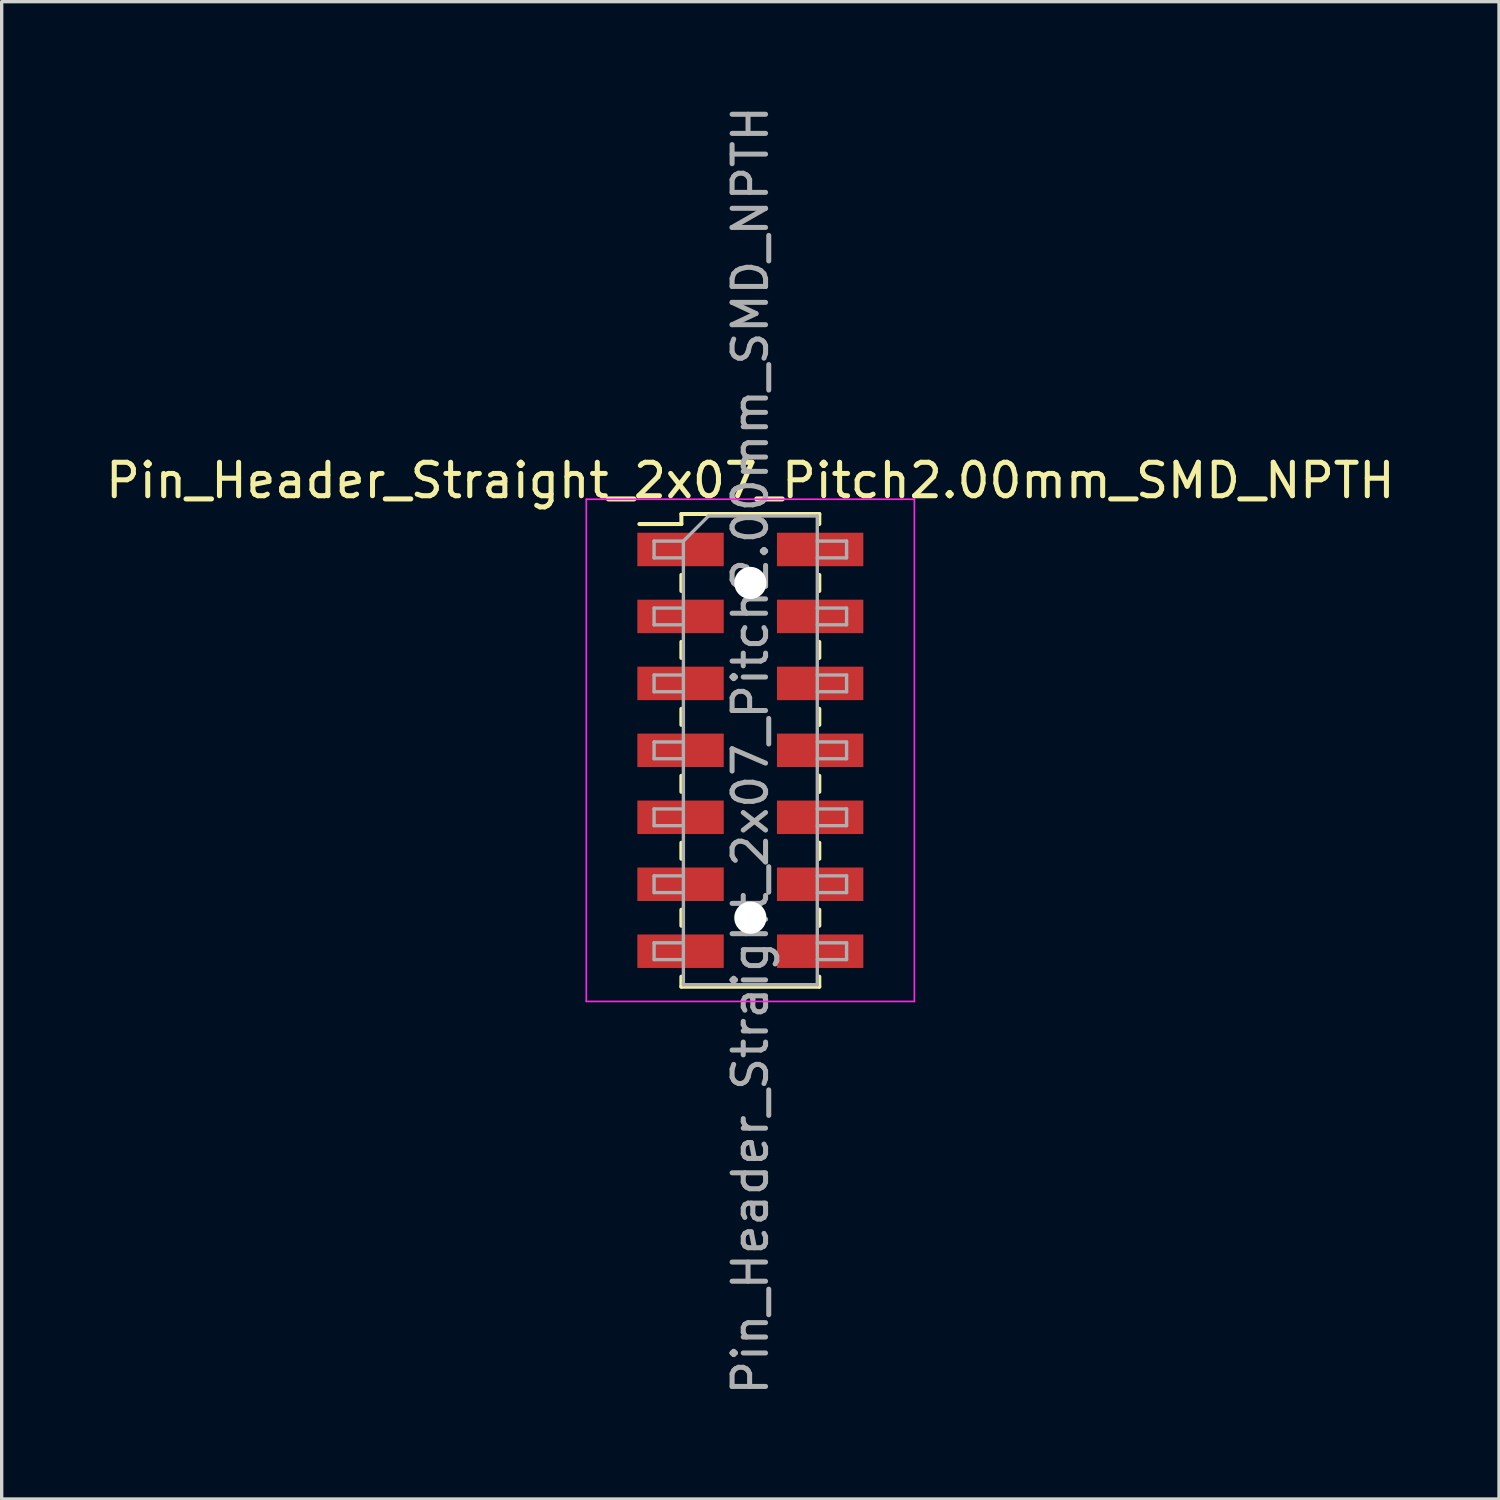
<source format=kicad_pcb>
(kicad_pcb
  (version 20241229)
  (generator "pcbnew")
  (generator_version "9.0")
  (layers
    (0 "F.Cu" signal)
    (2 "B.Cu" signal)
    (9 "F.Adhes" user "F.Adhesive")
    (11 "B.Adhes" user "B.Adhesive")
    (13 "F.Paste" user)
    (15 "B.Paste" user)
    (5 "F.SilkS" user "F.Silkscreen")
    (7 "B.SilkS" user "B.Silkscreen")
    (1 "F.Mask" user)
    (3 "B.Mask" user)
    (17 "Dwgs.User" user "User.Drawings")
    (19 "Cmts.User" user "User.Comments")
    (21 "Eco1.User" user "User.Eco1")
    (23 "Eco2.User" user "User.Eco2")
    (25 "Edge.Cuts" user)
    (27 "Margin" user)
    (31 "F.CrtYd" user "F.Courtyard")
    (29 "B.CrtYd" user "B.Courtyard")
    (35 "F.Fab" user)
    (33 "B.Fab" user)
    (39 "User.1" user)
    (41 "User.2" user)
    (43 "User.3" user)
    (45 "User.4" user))
  (footprint "Pin_Header_Straight_2x07_Pitch2.00mm_SMD_NPTH"
    (layer "F.Cu")
    (at 19.363 19.363)
    (property "Reference" "Pin_Header_Straight_2x07_Pitch2.00mm_SMD_NPTH" (at 0 -8.06 0) (layer "F.SilkS") (effects (font (size 1 1) (thickness 0.15))))
    (attr smd)
    (fp_line (start -3.315 -6.76) (end -2.06 -6.76) (stroke (width 0.12) (type solid)) (layer "F.SilkS"))
    (fp_line (start -2.06 -7.06) (end -2.06 -6.76) (stroke (width 0.12) (type solid)) (layer "F.SilkS"))
    (fp_line (start -2.06 -7.06) (end 2.06 -7.06) (stroke (width 0.12) (type solid)) (layer "F.SilkS"))
    (fp_line (start -2.06 -5.24) (end -2.06 -4.76) (stroke (width 0.12) (type solid)) (layer "F.SilkS"))
    (fp_line (start -2.06 -3.24) (end -2.06 -2.76) (stroke (width 0.12) (type solid)) (layer "F.SilkS"))
    (fp_line (start -2.06 -1.24) (end -2.06 -0.76) (stroke (width 0.12) (type solid)) (layer "F.SilkS"))
    (fp_line (start -2.06 0.76) (end -2.06 1.24) (stroke (width 0.12) (type solid)) (layer "F.SilkS"))
    (fp_line (start -2.06 2.76) (end -2.06 3.24) (stroke (width 0.12) (type solid)) (layer "F.SilkS"))
    (fp_line (start -2.06 4.76) (end -2.06 5.24) (stroke (width 0.12) (type solid)) (layer "F.SilkS"))
    (fp_line (start -2.06 6.76) (end -2.06 7.06) (stroke (width 0.12) (type solid)) (layer "F.SilkS"))
    (fp_line (start -2.06 7.06) (end 2.06 7.06) (stroke (width 0.12) (type solid)) (layer "F.SilkS"))
    (fp_line (start 2.06 -7.06) (end 2.06 -6.76) (stroke (width 0.12) (type solid)) (layer "F.SilkS"))
    (fp_line (start 2.06 -5.24) (end 2.06 -4.76) (stroke (width 0.12) (type solid)) (layer "F.SilkS"))
    (fp_line (start 2.06 -3.24) (end 2.06 -2.76) (stroke (width 0.12) (type solid)) (layer "F.SilkS"))
    (fp_line (start 2.06 -1.24) (end 2.06 -0.76) (stroke (width 0.12) (type solid)) (layer "F.SilkS"))
    (fp_line (start 2.06 0.76) (end 2.06 1.24) (stroke (width 0.12) (type solid)) (layer "F.SilkS"))
    (fp_line (start 2.06 2.76) (end 2.06 3.24) (stroke (width 0.12) (type solid)) (layer "F.SilkS"))
    (fp_line (start 2.06 4.76) (end 2.06 5.24) (stroke (width 0.12) (type solid)) (layer "F.SilkS"))
    (fp_line (start 2.06 6.76) (end 2.06 7.06) (stroke (width 0.12) (type solid)) (layer "F.SilkS"))
    (fp_line (start -4.9 -7.5) (end -4.9 7.5) (stroke (width 0.05) (type solid)) (layer "F.CrtYd"))
    (fp_line (start -4.9 7.5) (end 4.9 7.5) (stroke (width 0.05) (type solid)) (layer "F.CrtYd"))
    (fp_line (start 4.9 -7.5) (end -4.9 -7.5) (stroke (width 0.05) (type solid)) (layer "F.CrtYd"))
    (fp_line (start 4.9 7.5) (end 4.9 -7.5) (stroke (width 0.05) (type solid)) (layer "F.CrtYd"))
    (fp_line (start -2.875 -6.25) (end -2.875 -5.75) (stroke (width 0.1) (type solid)) (layer "F.Fab"))
    (fp_line (start -2.875 -5.75) (end -2 -5.75) (stroke (width 0.1) (type solid)) (layer "F.Fab"))
    (fp_line (start -2.875 -4.25) (end -2.875 -3.75) (stroke (width 0.1) (type solid)) (layer "F.Fab"))
    (fp_line (start -2.875 -3.75) (end -2 -3.75) (stroke (width 0.1) (type solid)) (layer "F.Fab"))
    (fp_line (start -2.875 -2.25) (end -2.875 -1.75) (stroke (width 0.1) (type solid)) (layer "F.Fab"))
    (fp_line (start -2.875 -1.75) (end -2 -1.75) (stroke (width 0.1) (type solid)) (layer "F.Fab"))
    (fp_line (start -2.875 -0.25) (end -2.875 0.25) (stroke (width 0.1) (type solid)) (layer "F.Fab"))
    (fp_line (start -2.875 0.25) (end -2 0.25) (stroke (width 0.1) (type solid)) (layer "F.Fab"))
    (fp_line (start -2.875 1.75) (end -2.875 2.25) (stroke (width 0.1) (type solid)) (layer "F.Fab"))
    (fp_line (start -2.875 2.25) (end -2 2.25) (stroke (width 0.1) (type solid)) (layer "F.Fab"))
    (fp_line (start -2.875 3.75) (end -2.875 4.25) (stroke (width 0.1) (type solid)) (layer "F.Fab"))
    (fp_line (start -2.875 4.25) (end -2 4.25) (stroke (width 0.1) (type solid)) (layer "F.Fab"))
    (fp_line (start -2.875 5.75) (end -2.875 6.25) (stroke (width 0.1) (type solid)) (layer "F.Fab"))
    (fp_line (start -2.875 6.25) (end -2 6.25) (stroke (width 0.1) (type solid)) (layer "F.Fab"))
    (fp_line (start -2 -6.25) (end -2.875 -6.25) (stroke (width 0.1) (type solid)) (layer "F.Fab"))
    (fp_line (start -2 -6.25) (end -1.25 -7) (stroke (width 0.1) (type solid)) (layer "F.Fab"))
    (fp_line (start -2 -4.25) (end -2.875 -4.25) (stroke (width 0.1) (type solid)) (layer "F.Fab"))
    (fp_line (start -2 -2.25) (end -2.875 -2.25) (stroke (width 0.1) (type solid)) (layer "F.Fab"))
    (fp_line (start -2 -0.25) (end -2.875 -0.25) (stroke (width 0.1) (type solid)) (layer "F.Fab"))
    (fp_line (start -2 1.75) (end -2.875 1.75) (stroke (width 0.1) (type solid)) (layer "F.Fab"))
    (fp_line (start -2 3.75) (end -2.875 3.75) (stroke (width 0.1) (type solid)) (layer "F.Fab"))
    (fp_line (start -2 5.75) (end -2.875 5.75) (stroke (width 0.1) (type solid)) (layer "F.Fab"))
    (fp_line (start -2 7) (end -2 -6.25) (stroke (width 0.1) (type solid)) (layer "F.Fab"))
    (fp_line (start -1.25 -7) (end 2 -7) (stroke (width 0.1) (type solid)) (layer "F.Fab"))
    (fp_line (start 2 -7) (end 2 7) (stroke (width 0.1) (type solid)) (layer "F.Fab"))
    (fp_line (start 2 -6.25) (end 2.875 -6.25) (stroke (width 0.1) (type solid)) (layer "F.Fab"))
    (fp_line (start 2 -4.25) (end 2.875 -4.25) (stroke (width 0.1) (type solid)) (layer "F.Fab"))
    (fp_line (start 2 -2.25) (end 2.875 -2.25) (stroke (width 0.1) (type solid)) (layer "F.Fab"))
    (fp_line (start 2 -0.25) (end 2.875 -0.25) (stroke (width 0.1) (type solid)) (layer "F.Fab"))
    (fp_line (start 2 1.75) (end 2.875 1.75) (stroke (width 0.1) (type solid)) (layer "F.Fab"))
    (fp_line (start 2 3.75) (end 2.875 3.75) (stroke (width 0.1) (type solid)) (layer "F.Fab"))
    (fp_line (start 2 5.75) (end 2.875 5.75) (stroke (width 0.1) (type solid)) (layer "F.Fab"))
    (fp_line (start 2 7) (end -2 7) (stroke (width 0.1) (type solid)) (layer "F.Fab"))
    (fp_line (start 2.875 -6.25) (end 2.875 -5.75) (stroke (width 0.1) (type solid)) (layer "F.Fab"))
    (fp_line (start 2.875 -5.75) (end 2 -5.75) (stroke (width 0.1) (type solid)) (layer "F.Fab"))
    (fp_line (start 2.875 -4.25) (end 2.875 -3.75) (stroke (width 0.1) (type solid)) (layer "F.Fab"))
    (fp_line (start 2.875 -3.75) (end 2 -3.75) (stroke (width 0.1) (type solid)) (layer "F.Fab"))
    (fp_line (start 2.875 -2.25) (end 2.875 -1.75) (stroke (width 0.1) (type solid)) (layer "F.Fab"))
    (fp_line (start 2.875 -1.75) (end 2 -1.75) (stroke (width 0.1) (type solid)) (layer "F.Fab"))
    (fp_line (start 2.875 -0.25) (end 2.875 0.25) (stroke (width 0.1) (type solid)) (layer "F.Fab"))
    (fp_line (start 2.875 0.25) (end 2 0.25) (stroke (width 0.1) (type solid)) (layer "F.Fab"))
    (fp_line (start 2.875 1.75) (end 2.875 2.25) (stroke (width 0.1) (type solid)) (layer "F.Fab"))
    (fp_line (start 2.875 2.25) (end 2 2.25) (stroke (width 0.1) (type solid)) (layer "F.Fab"))
    (fp_line (start 2.875 3.75) (end 2.875 4.25) (stroke (width 0.1) (type solid)) (layer "F.Fab"))
    (fp_line (start 2.875 4.25) (end 2 4.25) (stroke (width 0.1) (type solid)) (layer "F.Fab"))
    (fp_line (start 2.875 5.75) (end 2.875 6.25) (stroke (width 0.1) (type solid)) (layer "F.Fab"))
    (fp_line (start 2.875 6.25) (end 2 6.25) (stroke (width 0.1) (type solid)) (layer "F.Fab"))
    (fp_text user "${REFERENCE}" (at 0 0 90) (layer "F.Fab") (effects (font (size 1 1) (thickness 0.15))))
    (pad "" np_thru_hole circle (at 0 -5) (size 0.96 0.96) (drill 0.96) (layers "*.Cu" "*.Mask"))
    (pad "" np_thru_hole circle (at 0 5) (size 0.96 0.96) (drill 0.96) (layers "*.Cu" "*.Mask"))
    (pad "1" smd rect (at -2.085 -6) (size 2.58 1) (layers "F.Cu" "F.Mask" "F.Paste"))
    (pad "2" smd rect (at 2.085 -6) (size 2.58 1) (layers "F.Cu" "F.Mask" "F.Paste"))
    (pad "3" smd rect (at -2.085 -4) (size 2.58 1) (layers "F.Cu" "F.Mask" "F.Paste"))
    (pad "4" smd rect (at 2.085 -4) (size 2.58 1) (layers "F.Cu" "F.Mask" "F.Paste"))
    (pad "5" smd rect (at -2.085 -2) (size 2.58 1) (layers "F.Cu" "F.Mask" "F.Paste"))
    (pad "6" smd rect (at 2.085 -2) (size 2.58 1) (layers "F.Cu" "F.Mask" "F.Paste"))
    (pad "7" smd rect (at -2.085 0) (size 2.58 1) (layers "F.Cu" "F.Mask" "F.Paste"))
    (pad "8" smd rect (at 2.085 0) (size 2.58 1) (layers "F.Cu" "F.Mask" "F.Paste"))
    (pad "9" smd rect (at -2.085 2) (size 2.58 1) (layers "F.Cu" "F.Mask" "F.Paste"))
    (pad "10" smd rect (at 2.085 2) (size 2.58 1) (layers "F.Cu" "F.Mask" "F.Paste"))
    (pad "11" smd rect (at -2.085 4) (size 2.58 1) (layers "F.Cu" "F.Mask" "F.Paste"))
    (pad "12" smd rect (at 2.085 4) (size 2.58 1) (layers "F.Cu" "F.Mask" "F.Paste"))
    (pad "13" smd rect (at -2.085 6) (size 2.58 1) (layers "F.Cu" "F.Mask" "F.Paste"))
    (pad "14" smd rect (at 2.085 6) (size 2.58 1) (layers "F.Cu" "F.Mask" "F.Paste")))
  (gr_rect
    (start -3 -3)
    (end 41.726 41.726)
    (stroke (width 0.1) (type default))
    (fill no)
    (layer "Edge.Cuts")))
</source>
